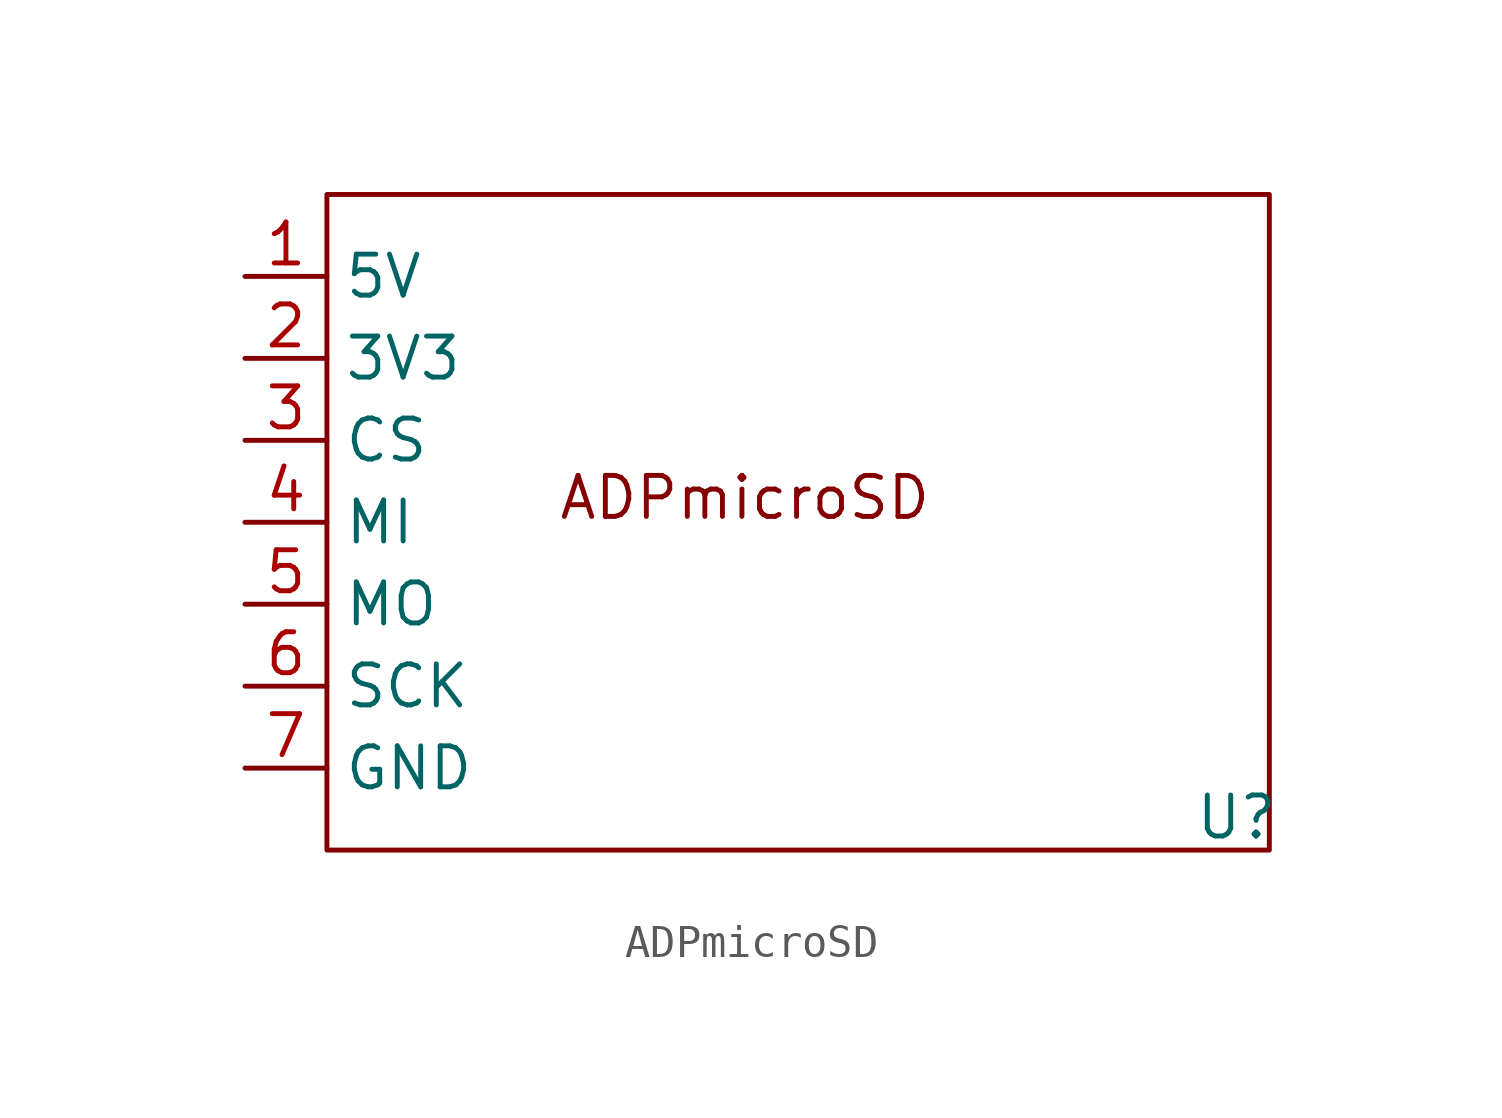
<source format=kicad_sym>
(kicad_symbol_lib
  (version 20241209)
  (generator "kicad_symbol_editor")
  (generator_version "9.0")
  (symbol "ADPmicroSD"
    (property "Reference" "U"
      (at 30.734 -7.874 0)
      (effects (font (size 1.27 1.27))))
    (property "Value" ""
      (at 0 0 0)
      (effects (font (size 1.27 1.27))))
    (property "ki_locked" ""
      (at 0 0 0)
      (effects (font (size 1.27 1.27))))
    (symbol "ADPmicroSD_1_1"
      (rectangle (start 2.54 11.43) (end 31.75 -8.89) (stroke (width 0) (type default)) (fill (type none)))
      (text "ADPmicroSD" (at 15.494 2.032 0) (effects (font (size 1.27 1.27))))
      (pin power_in line (at 0 8.89 0) (length 2.54) (name "5V" (effects (font (size 1.27 1.27)))) (number "1" (effects (font (size 1.27 1.27)))))
      (pin power_in line (at 0 6.35 0) (length 2.54) (name "3V3" (effects (font (size 1.27 1.27)))) (number "2" (effects (font (size 1.27 1.27)))))
      (pin input line (at 0 3.81 0) (length 2.54) (name "CS" (effects (font (size 1.27 1.27)))) (number "3" (effects (font (size 1.27 1.27)))))
      (pin input line (at 0 1.27 0) (length 2.54) (name "MI" (effects (font (size 1.27 1.27)))) (number "4" (effects (font (size 1.27 1.27)))))
      (pin output line (at 0 -1.27 0) (length 2.54) (name "MO" (effects (font (size 1.27 1.27)))) (number "5" (effects (font (size 1.27 1.27)))))
      (pin input line (at 0 -3.81 0) (length 2.54) (name "SCK" (effects (font (size 1.27 1.27)))) (number "6" (effects (font (size 1.27 1.27)))))
      (pin power_in line (at 0 -6.35 0) (length 2.54) (name "GND" (effects (font (size 1.27 1.27)))) (number "7" (effects (font (size 1.27 1.27))))))))
</source>
